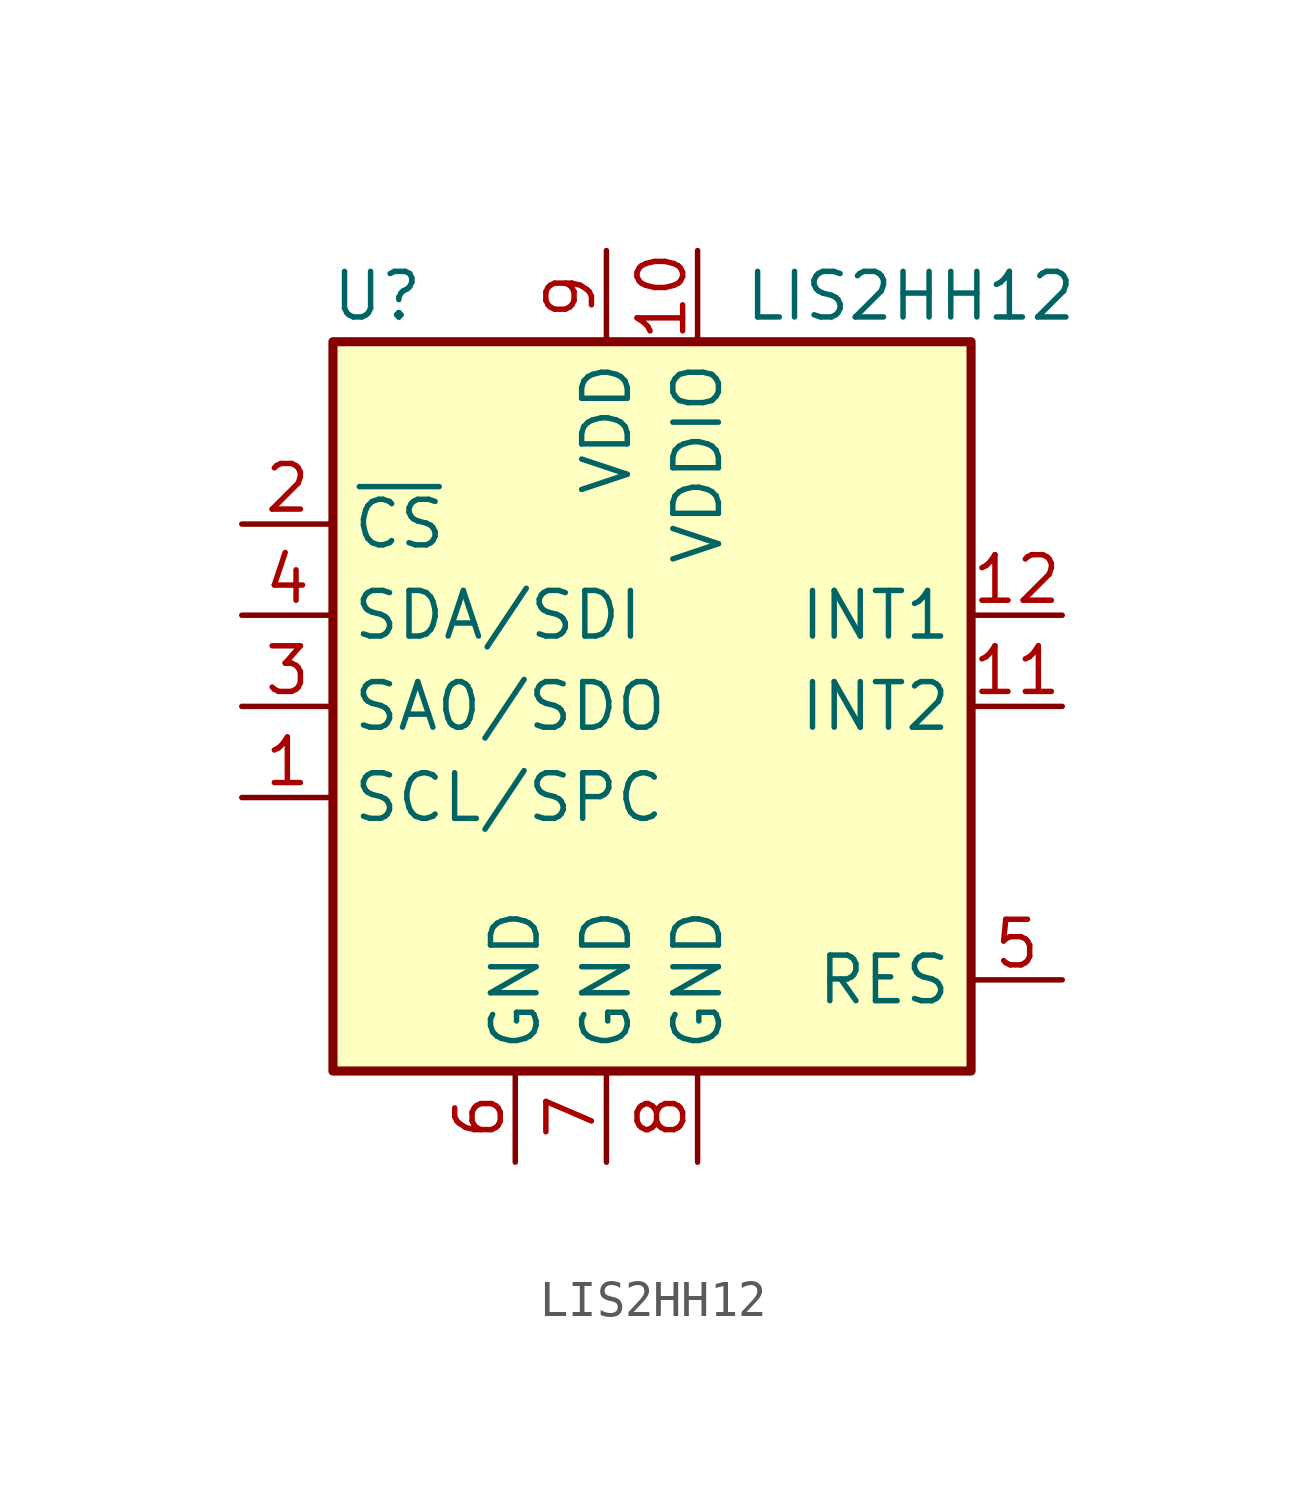
<source format=kicad_sym>
(kicad_symbol_lib
  (version 20220914)
  (generator kicad_symbol_editor)
  (symbol "LIS2HH12"
    (property "Reference" "U"
      (at -5.08 11.43 0)
      (effects (font (size 1.27 1.27)) (justify right)))
    (property "Value" "LIS2HH12"
      (at 3.81 11.43 0)
      (effects (font (size 1.27 1.27)) (justify left)))
    (symbol "LIS2HH12_0_1"
      (rectangle (start -7.62 10.16) (end 10.16 -10.16) (stroke (width 0.254) (type default)) (fill (type background))))
    (symbol "LIS2HH12_1_1"
      (pin input line (at -10.16 -2.54 0) (length 2.54) (name "SCL/SPC" (effects (font (size 1.27 1.27)))) (number "1" (effects (font (size 1.27 1.27)))))
      (pin power_in line (at 2.54 12.7 270) (length 2.54) (name "VDDIO" (effects (font (size 1.27 1.27)))) (number "10" (effects (font (size 1.27 1.27)))))
      (pin output line (at 12.7 0 180) (length 2.54) (name "INT2" (effects (font (size 1.27 1.27)))) (number "11" (effects (font (size 1.27 1.27)))))
      (pin output line (at 12.7 2.54 180) (length 2.54) (name "INT1" (effects (font (size 1.27 1.27)))) (number "12" (effects (font (size 1.27 1.27)))))
      (pin input line (at -10.16 5.08 0) (length 2.54) (name "~{CS}" (effects (font (size 1.27 1.27)))) (number "2" (effects (font (size 1.27 1.27)))))
      (pin passive line (at -10.16 0 0) (length 2.54) (name "SA0/SDO" (effects (font (size 1.27 1.27)))) (number "3" (effects (font (size 1.27 1.27)))))
      (pin bidirectional line (at -10.16 2.54 0) (length 2.54) (name "SDA/SDI" (effects (font (size 1.27 1.27)))) (number "4" (effects (font (size 1.27 1.27)))))
      (pin passive line (at 12.7 -7.62 180) (length 2.54) (name "RES" (effects (font (size 1.27 1.27)))) (number "5" (effects (font (size 1.27 1.27)))))
      (pin power_in line (at -2.54 -12.7 90) (length 2.54) (name "GND" (effects (font (size 1.27 1.27)))) (number "6" (effects (font (size 1.27 1.27)))))
      (pin power_in line (at 0 -12.7 90) (length 2.54) (name "GND" (effects (font (size 1.27 1.27)))) (number "7" (effects (font (size 1.27 1.27)))))
      (pin power_in line (at 2.54 -12.7 90) (length 2.54) (name "GND" (effects (font (size 1.27 1.27)))) (number "8" (effects (font (size 1.27 1.27)))))
      (pin power_in line (at 0 12.7 270) (length 2.54) (name "VDD" (effects (font (size 1.27 1.27)))) (number "9" (effects (font (size 1.27 1.27))))))))
</source>
